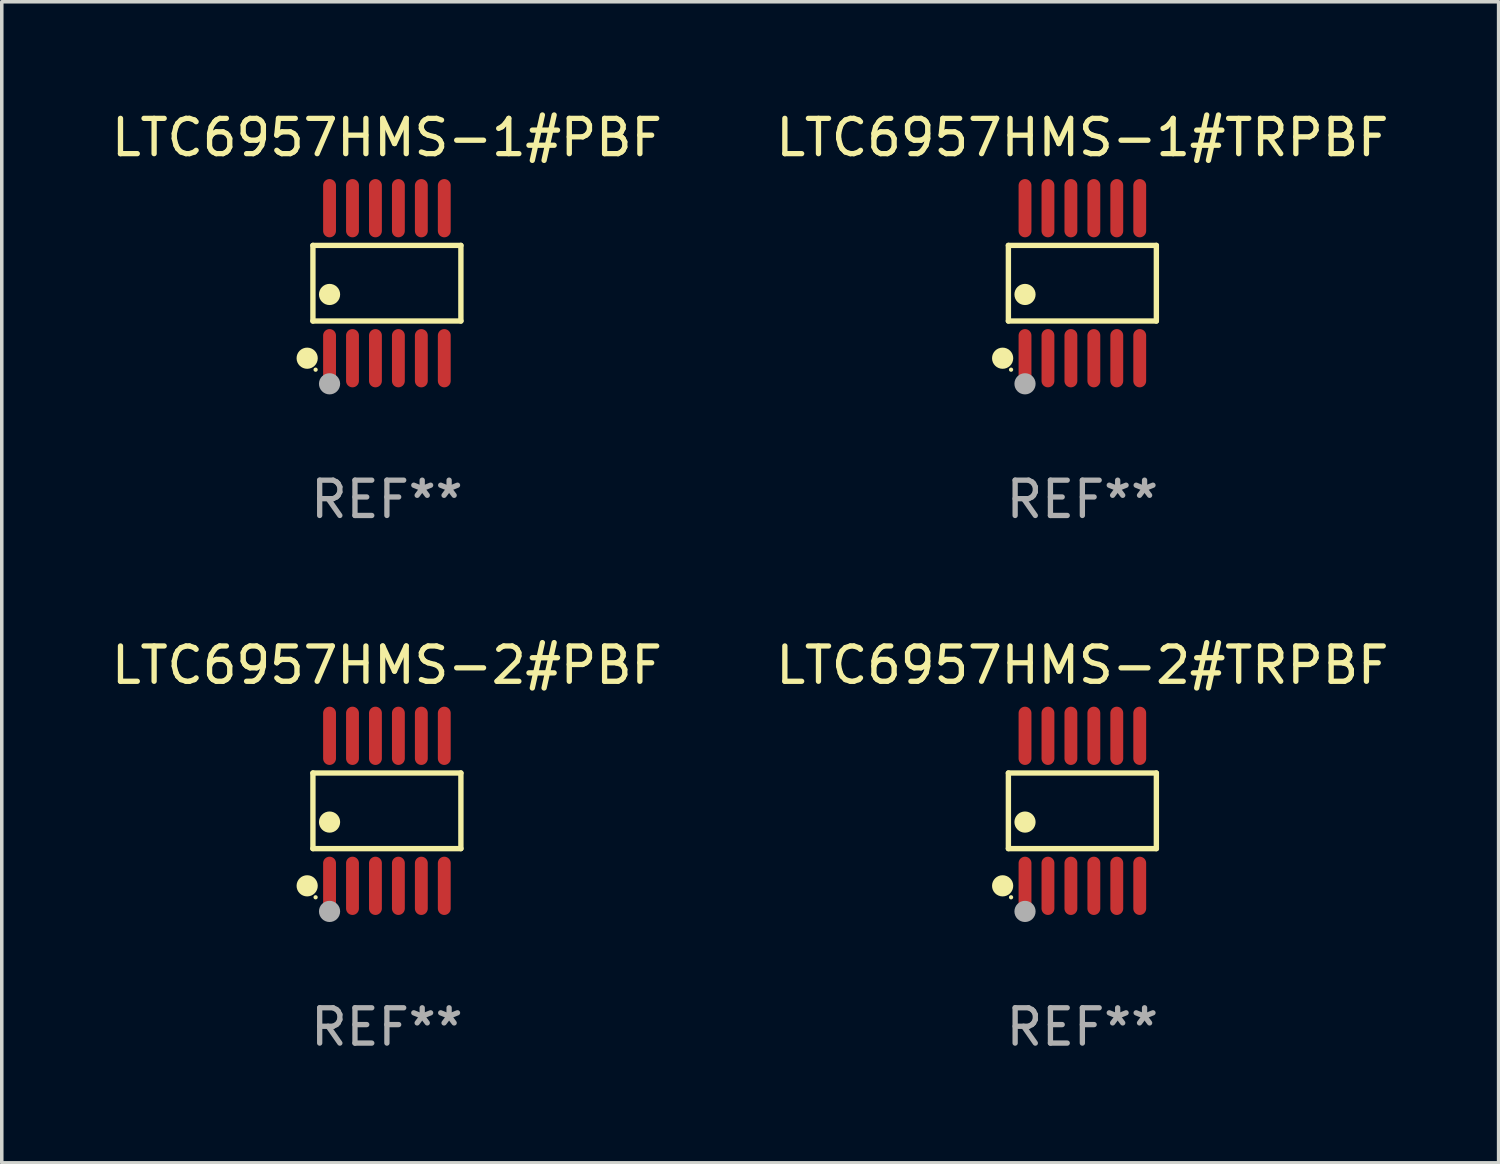
<source format=kicad_pcb>
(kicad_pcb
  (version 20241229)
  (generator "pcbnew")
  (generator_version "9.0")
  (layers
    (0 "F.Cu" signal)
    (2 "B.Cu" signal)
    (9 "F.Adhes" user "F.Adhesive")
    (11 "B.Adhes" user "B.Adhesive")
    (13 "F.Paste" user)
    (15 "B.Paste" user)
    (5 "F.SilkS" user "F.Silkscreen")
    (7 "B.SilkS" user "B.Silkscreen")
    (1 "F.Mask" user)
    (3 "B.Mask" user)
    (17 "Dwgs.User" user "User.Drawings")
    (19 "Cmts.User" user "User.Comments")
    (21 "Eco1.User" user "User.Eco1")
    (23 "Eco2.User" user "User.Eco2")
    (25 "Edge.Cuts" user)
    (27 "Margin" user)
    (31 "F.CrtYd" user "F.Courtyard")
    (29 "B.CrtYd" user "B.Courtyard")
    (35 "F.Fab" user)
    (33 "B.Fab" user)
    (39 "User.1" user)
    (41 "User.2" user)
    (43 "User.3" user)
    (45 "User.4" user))
  (footprint "LTC6957HMS-2#PBF"
    (layer "F.Cu")
    (at 7.911 19.92)
    (property "Reference" "LTC6957HMS-2#PBF" (at 0 -4.125 0) (layer "F.SilkS") (effects (font (size 1 1) (thickness 0.15))))
    (attr through_hole)
    (fp_line (start -2.096 -1.071) (end 2.096 -1.071) (stroke (width 0.152) (type solid)) (layer "F.SilkS"))
    (fp_line (start -2.096 1.071) (end -2.096 -1.071) (stroke (width 0.152) (type solid)) (layer "F.SilkS"))
    (fp_line (start 2.096 -1.071) (end 2.096 1.071) (stroke (width 0.152) (type solid)) (layer "F.SilkS"))
    (fp_line (start 2.096 1.071) (end -2.096 1.071) (stroke (width 0.152) (type solid)) (layer "F.SilkS"))
    (fp_circle (center -2.259 2.125) (end -2.109 2.125) (stroke (width 0.3) (type solid)) (fill no) (layer "F.SilkS"))
    (fp_circle (center -2.02 2.45) (end -1.99 2.45) (stroke (width 0.06) (type solid)) (fill no) (layer "F.SilkS"))
    (fp_circle (center -1.625 0.319) (end -1.475 0.319) (stroke (width 0.3) (type solid)) (fill no) (layer "F.SilkS"))
    (fp_circle (center -1.625 2.85) (end -1.475 2.85) (stroke (width 0.3) (type solid)) (fill no) (layer "F.Fab"))
    (fp_text user "REF**" (at 0 6.125 0) (layer "F.Fab") (effects (font (size 1 1) (thickness 0.15))))
    (pad "1" smd oval (at -1.625 2.125) (size 0.364 1.65) (layers "F.Cu" "F.Mask" "F.Paste"))
    (pad "2" smd oval (at -0.975 2.125) (size 0.364 1.65) (layers "F.Cu" "F.Mask" "F.Paste"))
    (pad "3" smd oval (at -0.325 2.125) (size 0.364 1.65) (layers "F.Cu" "F.Mask" "F.Paste"))
    (pad "4" smd oval (at 0.325 2.125) (size 0.364 1.65) (layers "F.Cu" "F.Mask" "F.Paste"))
    (pad "5" smd oval (at 0.975 2.125) (size 0.364 1.65) (layers "F.Cu" "F.Mask" "F.Paste"))
    (pad "6" smd oval (at 1.625 2.125) (size 0.364 1.65) (layers "F.Cu" "F.Mask" "F.Paste"))
    (pad "7" smd oval (at 1.625 -2.125) (size 0.364 1.65) (layers "F.Cu" "F.Mask" "F.Paste"))
    (pad "8" smd oval (at 0.975 -2.125) (size 0.364 1.65) (layers "F.Cu" "F.Mask" "F.Paste"))
    (pad "9" smd oval (at 0.325 -2.125) (size 0.364 1.65) (layers "F.Cu" "F.Mask" "F.Paste"))
    (pad "10" smd oval (at -0.325 -2.125) (size 0.364 1.65) (layers "F.Cu" "F.Mask" "F.Paste"))
    (pad "11" smd oval (at -0.975 -2.125) (size 0.364 1.65) (layers "F.Cu" "F.Mask" "F.Paste"))
    (pad "12" smd oval (at -1.625 -2.125) (size 0.364 1.65) (layers "F.Cu" "F.Mask" "F.Paste")))
  (footprint "LTC6957HMS-1#TRPBF"
    (layer "F.Cu")
    (at 27.613 4.973)
    (property "Reference" "LTC6957HMS-1#TRPBF" (at 0 -4.125 0) (layer "F.SilkS") (effects (font (size 1 1) (thickness 0.15))))
    (attr through_hole)
    (fp_line (start -2.096 -1.071) (end 2.096 -1.071) (stroke (width 0.152) (type solid)) (layer "F.SilkS"))
    (fp_line (start -2.096 1.071) (end -2.096 -1.071) (stroke (width 0.152) (type solid)) (layer "F.SilkS"))
    (fp_line (start 2.096 -1.071) (end 2.096 1.071) (stroke (width 0.152) (type solid)) (layer "F.SilkS"))
    (fp_line (start 2.096 1.071) (end -2.096 1.071) (stroke (width 0.152) (type solid)) (layer "F.SilkS"))
    (fp_circle (center -2.259 2.125) (end -2.109 2.125) (stroke (width 0.3) (type solid)) (fill no) (layer "F.SilkS"))
    (fp_circle (center -2.02 2.45) (end -1.99 2.45) (stroke (width 0.06) (type solid)) (fill no) (layer "F.SilkS"))
    (fp_circle (center -1.625 0.319) (end -1.475 0.319) (stroke (width 0.3) (type solid)) (fill no) (layer "F.SilkS"))
    (fp_circle (center -1.625 2.85) (end -1.475 2.85) (stroke (width 0.3) (type solid)) (fill no) (layer "F.Fab"))
    (fp_text user "REF**" (at 0 6.125 0) (layer "F.Fab") (effects (font (size 1 1) (thickness 0.15))))
    (pad "1" smd oval (at -1.625 2.125) (size 0.364 1.65) (layers "F.Cu" "F.Mask" "F.Paste"))
    (pad "2" smd oval (at -0.975 2.125) (size 0.364 1.65) (layers "F.Cu" "F.Mask" "F.Paste"))
    (pad "3" smd oval (at -0.325 2.125) (size 0.364 1.65) (layers "F.Cu" "F.Mask" "F.Paste"))
    (pad "4" smd oval (at 0.325 2.125) (size 0.364 1.65) (layers "F.Cu" "F.Mask" "F.Paste"))
    (pad "5" smd oval (at 0.975 2.125) (size 0.364 1.65) (layers "F.Cu" "F.Mask" "F.Paste"))
    (pad "6" smd oval (at 1.625 2.125) (size 0.364 1.65) (layers "F.Cu" "F.Mask" "F.Paste"))
    (pad "7" smd oval (at 1.625 -2.125) (size 0.364 1.65) (layers "F.Cu" "F.Mask" "F.Paste"))
    (pad "8" smd oval (at 0.975 -2.125) (size 0.364 1.65) (layers "F.Cu" "F.Mask" "F.Paste"))
    (pad "9" smd oval (at 0.325 -2.125) (size 0.364 1.65) (layers "F.Cu" "F.Mask" "F.Paste"))
    (pad "10" smd oval (at -0.325 -2.125) (size 0.364 1.65) (layers "F.Cu" "F.Mask" "F.Paste"))
    (pad "11" smd oval (at -0.975 -2.125) (size 0.364 1.65) (layers "F.Cu" "F.Mask" "F.Paste"))
    (pad "12" smd oval (at -1.625 -2.125) (size 0.364 1.65) (layers "F.Cu" "F.Mask" "F.Paste")))
  (footprint "LTC6957HMS-2#TRPBF"
    (layer "F.Cu")
    (at 27.613 19.92)
    (property "Reference" "LTC6957HMS-2#TRPBF" (at 0 -4.125 0) (layer "F.SilkS") (effects (font (size 1 1) (thickness 0.15))))
    (attr through_hole)
    (fp_line (start -2.096 -1.071) (end 2.096 -1.071) (stroke (width 0.152) (type solid)) (layer "F.SilkS"))
    (fp_line (start -2.096 1.071) (end -2.096 -1.071) (stroke (width 0.152) (type solid)) (layer "F.SilkS"))
    (fp_line (start 2.096 -1.071) (end 2.096 1.071) (stroke (width 0.152) (type solid)) (layer "F.SilkS"))
    (fp_line (start 2.096 1.071) (end -2.096 1.071) (stroke (width 0.152) (type solid)) (layer "F.SilkS"))
    (fp_circle (center -2.259 2.125) (end -2.109 2.125) (stroke (width 0.3) (type solid)) (fill no) (layer "F.SilkS"))
    (fp_circle (center -2.02 2.45) (end -1.99 2.45) (stroke (width 0.06) (type solid)) (fill no) (layer "F.SilkS"))
    (fp_circle (center -1.625 0.319) (end -1.475 0.319) (stroke (width 0.3) (type solid)) (fill no) (layer "F.SilkS"))
    (fp_circle (center -1.625 2.85) (end -1.475 2.85) (stroke (width 0.3) (type solid)) (fill no) (layer "F.Fab"))
    (fp_text user "REF**" (at 0 6.125 0) (layer "F.Fab") (effects (font (size 1 1) (thickness 0.15))))
    (pad "1" smd oval (at -1.625 2.125) (size 0.364 1.65) (layers "F.Cu" "F.Mask" "F.Paste"))
    (pad "2" smd oval (at -0.975 2.125) (size 0.364 1.65) (layers "F.Cu" "F.Mask" "F.Paste"))
    (pad "3" smd oval (at -0.325 2.125) (size 0.364 1.65) (layers "F.Cu" "F.Mask" "F.Paste"))
    (pad "4" smd oval (at 0.325 2.125) (size 0.364 1.65) (layers "F.Cu" "F.Mask" "F.Paste"))
    (pad "5" smd oval (at 0.975 2.125) (size 0.364 1.65) (layers "F.Cu" "F.Mask" "F.Paste"))
    (pad "6" smd oval (at 1.625 2.125) (size 0.364 1.65) (layers "F.Cu" "F.Mask" "F.Paste"))
    (pad "7" smd oval (at 1.625 -2.125) (size 0.364 1.65) (layers "F.Cu" "F.Mask" "F.Paste"))
    (pad "8" smd oval (at 0.975 -2.125) (size 0.364 1.65) (layers "F.Cu" "F.Mask" "F.Paste"))
    (pad "9" smd oval (at 0.325 -2.125) (size 0.364 1.65) (layers "F.Cu" "F.Mask" "F.Paste"))
    (pad "10" smd oval (at -0.325 -2.125) (size 0.364 1.65) (layers "F.Cu" "F.Mask" "F.Paste"))
    (pad "11" smd oval (at -0.975 -2.125) (size 0.364 1.65) (layers "F.Cu" "F.Mask" "F.Paste"))
    (pad "12" smd oval (at -1.625 -2.125) (size 0.364 1.65) (layers "F.Cu" "F.Mask" "F.Paste")))
  (footprint "LTC6957HMS-1#PBF"
    (layer "F.Cu")
    (at 7.911 4.973)
    (property "Reference" "LTC6957HMS-1#PBF" (at 0 -4.125 0) (layer "F.SilkS") (effects (font (size 1 1) (thickness 0.15))))
    (attr through_hole)
    (fp_line (start -2.096 -1.071) (end 2.096 -1.071) (stroke (width 0.152) (type solid)) (layer "F.SilkS"))
    (fp_line (start -2.096 1.071) (end -2.096 -1.071) (stroke (width 0.152) (type solid)) (layer "F.SilkS"))
    (fp_line (start 2.096 -1.071) (end 2.096 1.071) (stroke (width 0.152) (type solid)) (layer "F.SilkS"))
    (fp_line (start 2.096 1.071) (end -2.096 1.071) (stroke (width 0.152) (type solid)) (layer "F.SilkS"))
    (fp_circle (center -2.259 2.125) (end -2.109 2.125) (stroke (width 0.3) (type solid)) (fill no) (layer "F.SilkS"))
    (fp_circle (center -2.02 2.45) (end -1.99 2.45) (stroke (width 0.06) (type solid)) (fill no) (layer "F.SilkS"))
    (fp_circle (center -1.625 0.319) (end -1.475 0.319) (stroke (width 0.3) (type solid)) (fill no) (layer "F.SilkS"))
    (fp_circle (center -1.625 2.85) (end -1.475 2.85) (stroke (width 0.3) (type solid)) (fill no) (layer "F.Fab"))
    (fp_text user "REF**" (at 0 6.125 0) (layer "F.Fab") (effects (font (size 1 1) (thickness 0.15))))
    (pad "1" smd oval (at -1.625 2.125) (size 0.364 1.65) (layers "F.Cu" "F.Mask" "F.Paste"))
    (pad "2" smd oval (at -0.975 2.125) (size 0.364 1.65) (layers "F.Cu" "F.Mask" "F.Paste"))
    (pad "3" smd oval (at -0.325 2.125) (size 0.364 1.65) (layers "F.Cu" "F.Mask" "F.Paste"))
    (pad "4" smd oval (at 0.325 2.125) (size 0.364 1.65) (layers "F.Cu" "F.Mask" "F.Paste"))
    (pad "5" smd oval (at 0.975 2.125) (size 0.364 1.65) (layers "F.Cu" "F.Mask" "F.Paste"))
    (pad "6" smd oval (at 1.625 2.125) (size 0.364 1.65) (layers "F.Cu" "F.Mask" "F.Paste"))
    (pad "7" smd oval (at 1.625 -2.125) (size 0.364 1.65) (layers "F.Cu" "F.Mask" "F.Paste"))
    (pad "8" smd oval (at 0.975 -2.125) (size 0.364 1.65) (layers "F.Cu" "F.Mask" "F.Paste"))
    (pad "9" smd oval (at 0.325 -2.125) (size 0.364 1.65) (layers "F.Cu" "F.Mask" "F.Paste"))
    (pad "10" smd oval (at -0.325 -2.125) (size 0.364 1.65) (layers "F.Cu" "F.Mask" "F.Paste"))
    (pad "11" smd oval (at -0.975 -2.125) (size 0.364 1.65) (layers "F.Cu" "F.Mask" "F.Paste"))
    (pad "12" smd oval (at -1.625 -2.125) (size 0.364 1.65) (layers "F.Cu" "F.Mask" "F.Paste")))
  (gr_rect
    (start -3 -3)
    (end 39.405 29.893)
    (stroke (width 0.1) (type default))
    (fill no)
    (layer "Edge.Cuts")))
</source>
